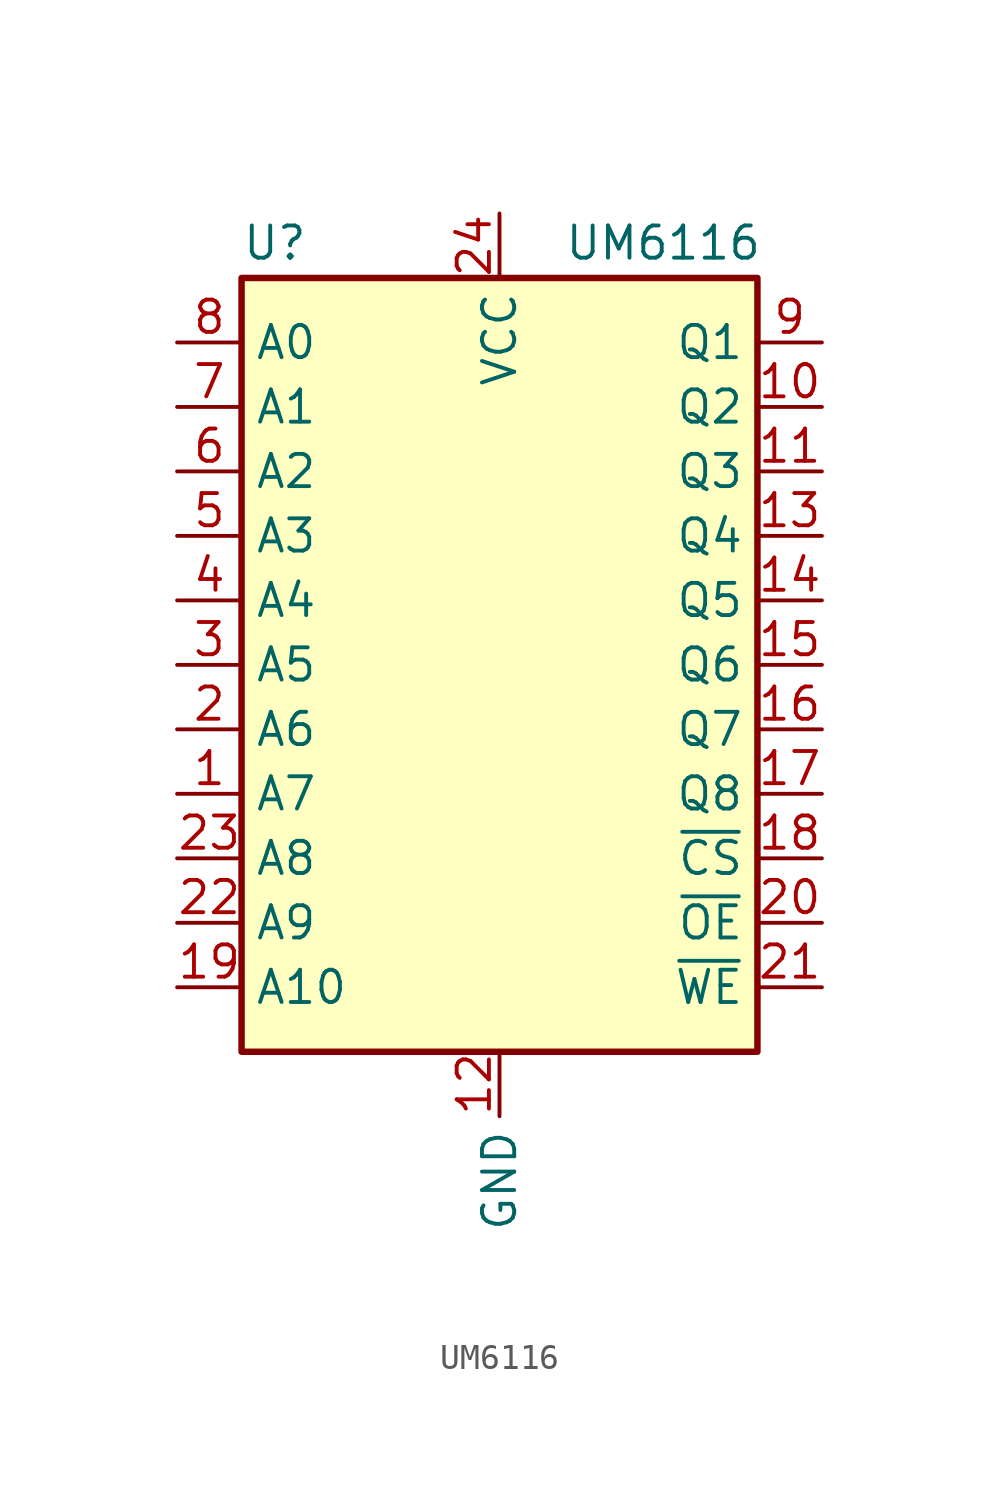
<source format=kicad_sym>
(kicad_symbol_lib
  (version 20220914)
  (generator kicad_symbol_editor)
  (symbol "UM6116"
    (property "Reference" "U"
      (at -10.16 23.495 0)
      (effects (font (size 1.27 1.27)) (justify left bottom)))
    (property "Value" "UM6116"
      (at 2.54 23.495 0)
      (effects (font (size 1.27 1.27)) (justify left bottom)))
    (symbol "UM6116_0_0"
      (pin power_in line (at 0 -7.62 270) (length 2.54) (name "GND" (effects (font (size 1.27 1.27)))) (number "12" (effects (font (size 1.27 1.27)))))
      (pin power_in line (at 0 25.4 270) (length 2.54) (name "VCC" (effects (font (size 1.27 1.27)))) (number "24" (effects (font (size 1.27 1.27))))))
    (symbol "UM6116_0_1"
      (rectangle (start -10.16 22.86) (end 10.16 -7.62) (stroke (width 0.254) (type default)) (fill (type background))))
    (symbol "UM6116_1_1"
      (pin input line (at -12.7 2.54 0) (length 2.54) (name "A7" (effects (font (size 1.27 1.27)))) (number "1" (effects (font (size 1.27 1.27)))))
      (pin tri_state line (at 12.7 17.78 180) (length 2.54) (name "Q2" (effects (font (size 1.27 1.27)))) (number "10" (effects (font (size 1.27 1.27)))))
      (pin tri_state line (at 12.7 15.24 180) (length 2.54) (name "Q3" (effects (font (size 1.27 1.27)))) (number "11" (effects (font (size 1.27 1.27)))))
      (pin tri_state line (at 12.7 12.7 180) (length 2.54) (name "Q4" (effects (font (size 1.27 1.27)))) (number "13" (effects (font (size 1.27 1.27)))))
      (pin tri_state line (at 12.7 10.16 180) (length 2.54) (name "Q5" (effects (font (size 1.27 1.27)))) (number "14" (effects (font (size 1.27 1.27)))))
      (pin tri_state line (at 12.7 7.62 180) (length 2.54) (name "Q6" (effects (font (size 1.27 1.27)))) (number "15" (effects (font (size 1.27 1.27)))))
      (pin tri_state line (at 12.7 5.08 180) (length 2.54) (name "Q7" (effects (font (size 1.27 1.27)))) (number "16" (effects (font (size 1.27 1.27)))))
      (pin tri_state line (at 12.7 2.54 180) (length 2.54) (name "Q8" (effects (font (size 1.27 1.27)))) (number "17" (effects (font (size 1.27 1.27)))))
      (pin input line (at 12.7 0 180) (length 2.54) (name "~{CS}" (effects (font (size 1.27 1.27)))) (number "18" (effects (font (size 1.27 1.27)))))
      (pin input line (at -12.7 -5.08 0) (length 2.54) (name "A10" (effects (font (size 1.27 1.27)))) (number "19" (effects (font (size 1.27 1.27)))))
      (pin input line (at -12.7 5.08 0) (length 2.54) (name "A6" (effects (font (size 1.27 1.27)))) (number "2" (effects (font (size 1.27 1.27)))))
      (pin input line (at 12.7 -2.54 180) (length 2.54) (name "~{OE}" (effects (font (size 1.27 1.27)))) (number "20" (effects (font (size 1.27 1.27)))))
      (pin input line (at 12.7 -5.08 180) (length 2.54) (name "~{WE}" (effects (font (size 1.27 1.27)))) (number "21" (effects (font (size 1.27 1.27)))))
      (pin input line (at -12.7 -2.54 0) (length 2.54) (name "A9" (effects (font (size 1.27 1.27)))) (number "22" (effects (font (size 1.27 1.27)))))
      (pin input line (at -12.7 0 0) (length 2.54) (name "A8" (effects (font (size 1.27 1.27)))) (number "23" (effects (font (size 1.27 1.27)))))
      (pin input line (at -12.7 7.62 0) (length 2.54) (name "A5" (effects (font (size 1.27 1.27)))) (number "3" (effects (font (size 1.27 1.27)))))
      (pin input line (at -12.7 10.16 0) (length 2.54) (name "A4" (effects (font (size 1.27 1.27)))) (number "4" (effects (font (size 1.27 1.27)))))
      (pin input line (at -12.7 12.7 0) (length 2.54) (name "A3" (effects (font (size 1.27 1.27)))) (number "5" (effects (font (size 1.27 1.27)))))
      (pin input line (at -12.7 15.24 0) (length 2.54) (name "A2" (effects (font (size 1.27 1.27)))) (number "6" (effects (font (size 1.27 1.27)))))
      (pin input line (at -12.7 17.78 0) (length 2.54) (name "A1" (effects (font (size 1.27 1.27)))) (number "7" (effects (font (size 1.27 1.27)))))
      (pin input line (at -12.7 20.32 0) (length 2.54) (name "A0" (effects (font (size 1.27 1.27)))) (number "8" (effects (font (size 1.27 1.27)))))
      (pin tri_state line (at 12.7 20.32 180) (length 2.54) (name "Q1" (effects (font (size 1.27 1.27)))) (number "9" (effects (font (size 1.27 1.27))))))))
</source>
